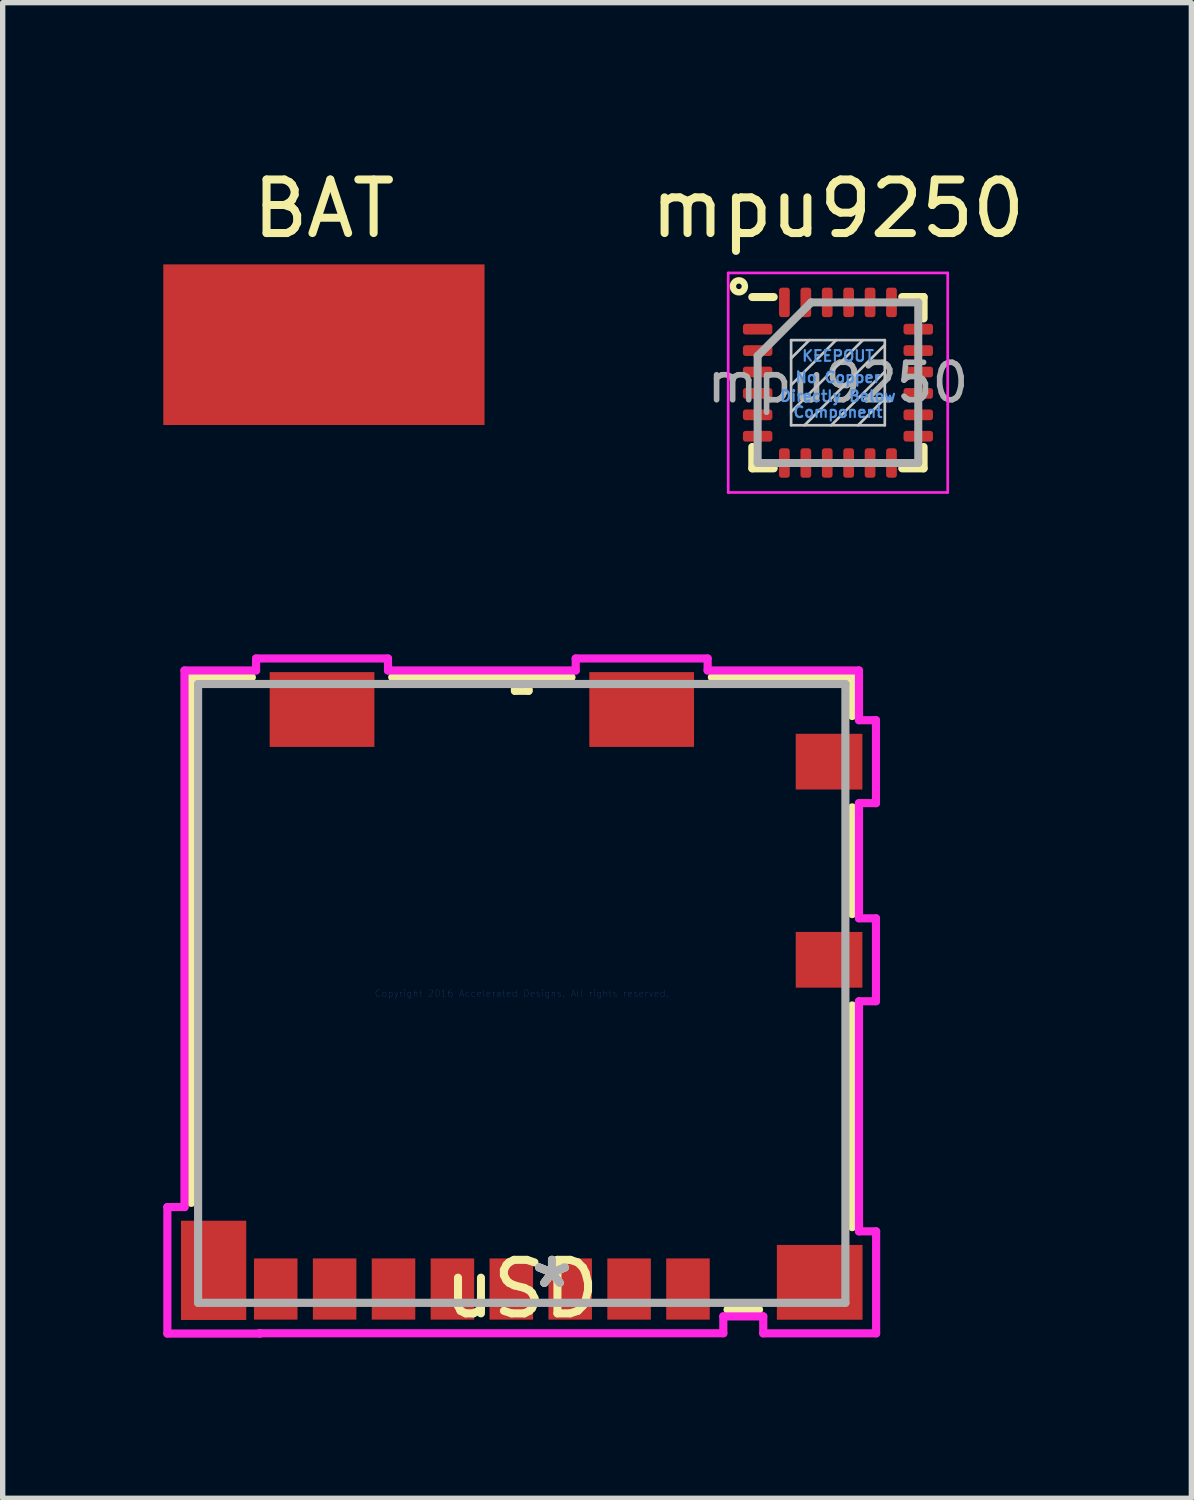
<source format=kicad_pcb>
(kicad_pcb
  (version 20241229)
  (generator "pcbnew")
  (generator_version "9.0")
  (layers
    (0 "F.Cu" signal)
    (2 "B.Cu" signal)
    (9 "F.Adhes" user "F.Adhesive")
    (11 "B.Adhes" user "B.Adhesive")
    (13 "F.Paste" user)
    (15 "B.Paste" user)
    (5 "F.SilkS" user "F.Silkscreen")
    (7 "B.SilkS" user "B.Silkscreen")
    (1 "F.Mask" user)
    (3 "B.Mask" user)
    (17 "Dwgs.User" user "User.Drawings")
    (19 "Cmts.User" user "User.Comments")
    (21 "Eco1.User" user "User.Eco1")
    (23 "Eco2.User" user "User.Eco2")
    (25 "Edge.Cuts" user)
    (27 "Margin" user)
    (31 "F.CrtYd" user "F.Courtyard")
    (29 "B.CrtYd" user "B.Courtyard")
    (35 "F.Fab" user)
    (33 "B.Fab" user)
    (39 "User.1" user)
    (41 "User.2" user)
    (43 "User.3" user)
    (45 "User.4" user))
  (footprint "uSD"
    (layer "F.Cu")
    (at 6.695 15.505)
    (property "Reference" "uSD" (at 0 5.521 0) (layer "F.SilkS") (effects (font (size 1 1) (thickness 0.15))))
    (attr smd)
    (fp_line (start -6.172 -5.905) (end -6.172 3.912) (stroke (width 0.152) (type solid)) (layer "F.SilkS"))
    (fp_line (start -5.041 -5.905) (end -6.172 -5.905) (stroke (width 0.152) (type solid)) (layer "F.SilkS"))
    (fp_line (start -0.127 -5.905) (end -0.127 -5.652) (stroke (width 0.152) (type solid)) (layer "F.SilkS"))
    (fp_line (start -0.127 -5.652) (end 0.127 -5.652) (stroke (width 0.152) (type solid)) (layer "F.SilkS"))
    (fp_line (start 0.127 -5.905) (end -0.127 -5.905) (stroke (width 0.152) (type solid)) (layer "F.SilkS"))
    (fp_line (start 0.127 -5.652) (end 0.127 -5.905) (stroke (width 0.152) (type solid)) (layer "F.SilkS"))
    (fp_line (start 0.929 -5.905) (end -2.419 -5.905) (stroke (width 0.152) (type solid)) (layer "F.SilkS"))
    (fp_line (start 3.844 5.905) (end 4.432 5.905) (stroke (width 0.152) (type solid)) (layer "F.SilkS"))
    (fp_line (start 6.172 -5.905) (end 3.551 -5.905) (stroke (width 0.152) (type solid)) (layer "F.SilkS"))
    (fp_line (start 6.172 -5.182) (end 6.172 -5.905) (stroke (width 0.152) (type solid)) (layer "F.SilkS"))
    (fp_line (start 6.172 -1.482) (end 6.172 -3.475) (stroke (width 0.152) (type solid)) (layer "F.SilkS"))
    (fp_line (start 6.172 4.365) (end 6.172 0.225) (stroke (width 0.152) (type solid)) (layer "F.SilkS"))
    (fp_line (start -6.619 3.99) (end -6.619 6.353) (stroke (width 0.152) (type solid)) (layer "F.CrtYd"))
    (fp_line (start -6.619 6.353) (end -4.891 6.353) (stroke (width 0.152) (type solid)) (layer "F.CrtYd"))
    (fp_line (start -6.299 -6.032) (end -6.299 3.99) (stroke (width 0.152) (type solid)) (layer "F.CrtYd"))
    (fp_line (start -6.299 3.99) (end -6.619 3.99) (stroke (width 0.152) (type solid)) (layer "F.CrtYd"))
    (fp_line (start -4.962 -6.256) (end -4.962 -6.032) (stroke (width 0.152) (type solid)) (layer "F.CrtYd"))
    (fp_line (start -4.962 -6.032) (end -6.299 -6.032) (stroke (width 0.152) (type solid)) (layer "F.CrtYd"))
    (fp_line (start -4.891 6.347) (end 3.765 6.347) (stroke (width 0.152) (type solid)) (layer "F.CrtYd"))
    (fp_line (start -4.891 6.353) (end -4.891 6.347) (stroke (width 0.152) (type solid)) (layer "F.CrtYd"))
    (fp_line (start -2.498 -6.256) (end -4.962 -6.256) (stroke (width 0.152) (type solid)) (layer "F.CrtYd"))
    (fp_line (start -2.498 -6.032) (end -2.498 -6.256) (stroke (width 0.152) (type solid)) (layer "F.CrtYd"))
    (fp_line (start 1.008 -6.256) (end 1.008 -6.032) (stroke (width 0.152) (type solid)) (layer "F.CrtYd"))
    (fp_line (start 1.008 -6.032) (end -2.498 -6.032) (stroke (width 0.152) (type solid)) (layer "F.CrtYd"))
    (fp_line (start 3.472 -6.256) (end 1.008 -6.256) (stroke (width 0.152) (type solid)) (layer "F.CrtYd"))
    (fp_line (start 3.472 -6.032) (end 3.472 -6.256) (stroke (width 0.152) (type solid)) (layer "F.CrtYd"))
    (fp_line (start 3.765 6.032) (end 4.511 6.032) (stroke (width 0.152) (type solid)) (layer "F.CrtYd"))
    (fp_line (start 3.765 6.347) (end 3.765 6.032) (stroke (width 0.152) (type solid)) (layer "F.CrtYd"))
    (fp_line (start 4.511 6.032) (end 4.511 6.349) (stroke (width 0.152) (type solid)) (layer "F.CrtYd"))
    (fp_line (start 4.511 6.349) (end 6.619 6.349) (stroke (width 0.152) (type solid)) (layer "F.CrtYd"))
    (fp_line (start 6.299 -6.032) (end 3.472 -6.032) (stroke (width 0.152) (type solid)) (layer "F.CrtYd"))
    (fp_line (start 6.299 -5.103) (end 6.299 -6.032) (stroke (width 0.152) (type solid)) (layer "F.CrtYd"))
    (fp_line (start 6.299 -3.554) (end 6.616 -3.554) (stroke (width 0.152) (type solid)) (layer "F.CrtYd"))
    (fp_line (start 6.299 -1.403) (end 6.299 -3.554) (stroke (width 0.152) (type solid)) (layer "F.CrtYd"))
    (fp_line (start 6.299 0.146) (end 6.616 0.146) (stroke (width 0.152) (type solid)) (layer "F.CrtYd"))
    (fp_line (start 6.299 4.444) (end 6.299 0.146) (stroke (width 0.152) (type solid)) (layer "F.CrtYd"))
    (fp_line (start 6.616 -5.103) (end 6.299 -5.103) (stroke (width 0.152) (type solid)) (layer "F.CrtYd"))
    (fp_line (start 6.616 -3.554) (end 6.616 -5.103) (stroke (width 0.152) (type solid)) (layer "F.CrtYd"))
    (fp_line (start 6.616 -1.403) (end 6.299 -1.403) (stroke (width 0.152) (type solid)) (layer "F.CrtYd"))
    (fp_line (start 6.616 0.146) (end 6.616 -1.403) (stroke (width 0.152) (type solid)) (layer "F.CrtYd"))
    (fp_line (start 6.619 4.444) (end 6.299 4.444) (stroke (width 0.152) (type solid)) (layer "F.CrtYd"))
    (fp_line (start 6.619 6.349) (end 6.619 4.444) (stroke (width 0.152) (type solid)) (layer "F.CrtYd"))
    (fp_line (start -6.045 -5.779) (end -6.045 5.779) (stroke (width 0.152) (type solid)) (layer "F.Fab"))
    (fp_line (start -6.045 5.779) (end 6.045 5.779) (stroke (width 0.152) (type solid)) (layer "F.Fab"))
    (fp_line (start 0 -5.779) (end 0 -5.779) (stroke (width 0.152) (type solid)) (layer "F.Fab"))
    (fp_line (start 0 -5.779) (end 0 -5.779) (stroke (width 0.152) (type solid)) (layer "F.Fab"))
    (fp_line (start 0 -5.779) (end 0 -5.779) (stroke (width 0.152) (type solid)) (layer "F.Fab"))
    (fp_line (start 0 -5.779) (end 0 -5.779) (stroke (width 0.152) (type solid)) (layer "F.Fab"))
    (fp_line (start 6.045 -5.779) (end -6.045 -5.779) (stroke (width 0.152) (type solid)) (layer "F.Fab"))
    (fp_line (start 6.045 5.779) (end 6.045 -5.779) (stroke (width 0.152) (type solid)) (layer "F.Fab"))
    (fp_text user "*" (at 0.565 5.521 0) (layer "F.SilkS") (effects (font (size 1 1) (thickness 0.15))))
    (fp_text user "*" (at 0.565 5.521 0) (layer "F.SilkS") (effects (font (size 1 1) (thickness 0.15))))
    (fp_text user "Copyright 2016 Accelerated Designs. All rights reserved." (at 0 0 0) (layer "Cmts.User") (effects (font (size 0.127 0.127) (thickness 0.002))))
    (fp_text user "*" (at 0.565 5.521 0) (layer "F.Fab") (effects (font (size 1 1) (thickness 0.15))))
    (fp_text user "*" (at 0.565 5.521 0) (layer "F.Fab") (effects (font (size 1 1) (thickness 0.15))))
    (pad "1" smd rect (at 3.105 5.521) (size 0.813 1.143) (layers "F.Cu" "F.Mask" "F.Paste"))
    (pad "2" smd rect (at 2.005 5.521) (size 0.813 1.143) (layers "F.Cu" "F.Mask" "F.Paste"))
    (pad "3" smd rect (at 0.905 5.521) (size 0.813 1.143) (layers "F.Cu" "F.Mask" "F.Paste"))
    (pad "4" smd rect (at -0.195 5.521) (size 0.813 1.143) (layers "F.Cu" "F.Mask" "F.Paste"))
    (pad "5" smd rect (at -1.295 5.521) (size 0.813 1.143) (layers "F.Cu" "F.Mask" "F.Paste"))
    (pad "6" smd rect (at -2.395 5.521) (size 0.813 1.143) (layers "F.Cu" "F.Mask" "F.Paste"))
    (pad "7" smd rect (at -3.495 5.521) (size 0.813 1.143) (layers "F.Cu" "F.Mask" "F.Paste"))
    (pad "8" smd rect (at -4.595 5.521) (size 0.813 1.143) (layers "F.Cu" "F.Mask" "F.Paste"))
    (pad "9" smd rect (at 5.74 -0.628) (size 1.245 1.041) (layers "F.Cu" "F.Mask" "F.Paste"))
    (pad "10" smd rect (at 5.74 -4.329) (size 1.245 1.041) (layers "F.Cu" "F.Mask" "F.Paste"))
    (pad "11" smd rect (at 5.565 5.396) (size 1.6 1.397) (layers "F.Cu" "F.Mask" "F.Paste"))
    (pad "12" smd rect (at -5.755 5.172) (size 1.219 1.854) (layers "F.Cu" "F.Mask" "F.Paste"))
    (pad "13" smd rect (at -3.73 -5.303) (size 1.956 1.397) (layers "F.Cu" "F.Mask" "F.Paste"))
    (pad "14" smd rect (at 2.24 -5.303) (size 1.956 1.397) (layers "F.Cu" "F.Mask" "F.Paste")))
  (footprint "mpu9250"
    (layer "F.Cu")
    (at 12.601 4.098)
    (property "Reference" "mpu9250" (at 0 -3.25 0) (layer "F.SilkS") (effects (font (size 1 1) (thickness 0.15))))
    (attr smd)
    (fp_line (start -1.6 -1.6) (end -1.2 -1.6) (stroke (width 0.15) (type solid)) (layer "F.SilkS"))
    (fp_line (start -1.6 1.6) (end -1.6 1.2) (stroke (width 0.15) (type solid)) (layer "F.SilkS"))
    (fp_line (start -1.6 1.6) (end -1.2 1.6) (stroke (width 0.15) (type solid)) (layer "F.SilkS"))
    (fp_line (start 1.6 -1.6) (end 1.2 -1.6) (stroke (width 0.15) (type solid)) (layer "F.SilkS"))
    (fp_line (start 1.6 -1.6) (end 1.6 -1.2) (stroke (width 0.15) (type solid)) (layer "F.SilkS"))
    (fp_line (start 1.6 1.6) (end 1.2 1.6) (stroke (width 0.15) (type solid)) (layer "F.SilkS"))
    (fp_line (start 1.6 1.6) (end 1.6 1.2) (stroke (width 0.15) (type solid)) (layer "F.SilkS"))
    (fp_circle (center -1.85 -1.8) (end -1.75 -1.75) (stroke (width 0.12) (type solid)) (fill no) (layer "F.SilkS"))
    (fp_line (start -0.875 -0.795) (end -0.875 0.795) (stroke (width 0.05) (type solid)) (layer "Dwgs.User"))
    (fp_line (start -0.875 -0.795) (end 0.875 -0.795) (stroke (width 0.05) (type solid)) (layer "Dwgs.User"))
    (fp_line (start -0.875 0.795) (end 0.875 0.795) (stroke (width 0.05) (type solid)) (layer "Dwgs.User"))
    (fp_line (start -0.535 -0.795) (end -0.875 -0.455) (stroke (width 0.05) (type solid)) (layer "Dwgs.User"))
    (fp_line (start -0.035 -0.795) (end -0.875 0.045) (stroke (width 0.05) (type solid)) (layer "Dwgs.User"))
    (fp_line (start 0.465 -0.795) (end -0.875 0.545) (stroke (width 0.05) (type solid)) (layer "Dwgs.User"))
    (fp_line (start 0.875 -0.795) (end 0.875 0.795) (stroke (width 0.05) (type solid)) (layer "Dwgs.User"))
    (fp_line (start 0.875 -0.705) (end -0.625 0.795) (stroke (width 0.05) (type solid)) (layer "Dwgs.User"))
    (fp_line (start 0.875 -0.205) (end -0.125 0.795) (stroke (width 0.05) (type solid)) (layer "Dwgs.User"))
    (fp_line (start 0.875 0.295) (end 0.375 0.795) (stroke (width 0.05) (type solid)) (layer "Dwgs.User"))
    (fp_line (start -2.05 -2.05) (end 2.05 -2.05) (stroke (width 0.05) (type solid)) (layer "F.CrtYd"))
    (fp_line (start -2.05 2.05) (end -2.05 -2.05) (stroke (width 0.05) (type solid)) (layer "F.CrtYd"))
    (fp_line (start 2.05 -2.05) (end 2.05 2.05) (stroke (width 0.05) (type solid)) (layer "F.CrtYd"))
    (fp_line (start 2.05 2.05) (end -2.05 2.05) (stroke (width 0.05) (type solid)) (layer "F.CrtYd"))
    (fp_line (start -1.5 -0.5) (end -0.5 -1.5) (stroke (width 0.15) (type solid)) (layer "F.Fab"))
    (fp_line (start -1.5 1.5) (end -1.5 -0.5) (stroke (width 0.15) (type solid)) (layer "F.Fab"))
    (fp_line (start -0.5 -1.5) (end 1.5 -1.5) (stroke (width 0.15) (type solid)) (layer "F.Fab"))
    (fp_line (start 1.5 -1.5) (end 1.5 1.5) (stroke (width 0.15) (type solid)) (layer "F.Fab"))
    (fp_line (start 1.5 1.5) (end -1.5 1.5) (stroke (width 0.15) (type solid)) (layer "F.Fab"))
    (fp_text user "Directly Below" (at 0 0.25 0) (layer "Cmts.User") (effects (font (size 0.2 0.2) (thickness 0.04))))
    (fp_text user "KEEPOUT" (at 0 -0.5 0) (layer "Cmts.User") (effects (font (size 0.2 0.2) (thickness 0.04))))
    (fp_text user "Component" (at 0 0.55 0) (layer "Cmts.User") (effects (font (size 0.2 0.2) (thickness 0.04))))
    (fp_text user "No Copper" (at 0 -0.1 0) (layer "Cmts.User") (effects (font (size 0.2 0.2) (thickness 0.04))))
    (fp_text user "${REFERENCE}" (at 0 0 0) (layer "F.Fab") (effects (font (size 0.7 0.7) (thickness 0.105))))
    (pad "1" smd roundrect (at -1.5 -1) (size 0.55 0.2) (layers "F.Cu" "F.Mask" "F.Paste") (roundrect_rratio 0.25))
    (pad "2" smd roundrect (at -1.5 -0.6) (size 0.55 0.2) (layers "F.Cu" "F.Mask" "F.Paste") (roundrect_rratio 0.25))
    (pad "3" smd roundrect (at -1.5 -0.2) (size 0.55 0.2) (layers "F.Cu" "F.Mask" "F.Paste") (roundrect_rratio 0.25))
    (pad "4" smd roundrect (at -1.5 0.2) (size 0.55 0.2) (layers "F.Cu" "F.Mask" "F.Paste") (roundrect_rratio 0.25))
    (pad "5" smd roundrect (at -1.5 0.6) (size 0.55 0.2) (layers "F.Cu" "F.Mask" "F.Paste") (roundrect_rratio 0.25))
    (pad "6" smd roundrect (at -1.5 1) (size 0.55 0.2) (layers "F.Cu" "F.Mask" "F.Paste") (roundrect_rratio 0.25))
    (pad "7" smd roundrect (at -1 1.5 90) (size 0.55 0.2) (layers "F.Cu" "F.Mask" "F.Paste") (roundrect_rratio 0.25))
    (pad "8" smd roundrect (at -0.6 1.5 90) (size 0.55 0.2) (layers "F.Cu" "F.Mask" "F.Paste") (roundrect_rratio 0.25))
    (pad "9" smd roundrect (at -0.2 1.5 90) (size 0.55 0.2) (layers "F.Cu" "F.Mask" "F.Paste") (roundrect_rratio 0.25))
    (pad "10" smd roundrect (at 0.2 1.5 90) (size 0.55 0.2) (layers "F.Cu" "F.Mask" "F.Paste") (roundrect_rratio 0.25))
    (pad "11" smd roundrect (at 0.6 1.5 90) (size 0.55 0.2) (layers "F.Cu" "F.Mask" "F.Paste") (roundrect_rratio 0.25))
    (pad "12" smd roundrect (at 1 1.5 90) (size 0.55 0.2) (layers "F.Cu" "F.Mask" "F.Paste") (roundrect_rratio 0.25))
    (pad "13" smd roundrect (at 1.5 1) (size 0.55 0.2) (layers "F.Cu" "F.Mask" "F.Paste") (roundrect_rratio 0.25))
    (pad "14" smd roundrect (at 1.5 0.6) (size 0.55 0.2) (layers "F.Cu" "F.Mask" "F.Paste") (roundrect_rratio 0.25))
    (pad "15" smd roundrect (at 1.5 0.2) (size 0.55 0.2) (layers "F.Cu" "F.Mask" "F.Paste") (roundrect_rratio 0.25))
    (pad "16" smd roundrect (at 1.5 -0.2) (size 0.55 0.2) (layers "F.Cu" "F.Mask" "F.Paste") (roundrect_rratio 0.25))
    (pad "17" smd roundrect (at 1.5 -0.6) (size 0.55 0.2) (layers "F.Cu" "F.Mask" "F.Paste") (roundrect_rratio 0.25))
    (pad "18" smd roundrect (at 1.5 -1) (size 0.55 0.2) (layers "F.Cu" "F.Mask" "F.Paste") (roundrect_rratio 0.25))
    (pad "19" smd roundrect (at 1 -1.5 90) (size 0.55 0.2) (layers "F.Cu" "F.Mask" "F.Paste") (roundrect_rratio 0.25))
    (pad "20" smd roundrect (at 0.6 -1.5 90) (size 0.55 0.2) (layers "F.Cu" "F.Mask" "F.Paste") (roundrect_rratio 0.25))
    (pad "21" smd roundrect (at 0.2 -1.5 90) (size 0.55 0.2) (layers "F.Cu" "F.Mask" "F.Paste") (roundrect_rratio 0.25))
    (pad "22" smd roundrect (at -0.2 -1.5 90) (size 0.55 0.2) (layers "F.Cu" "F.Mask" "F.Paste") (roundrect_rratio 0.25))
    (pad "23" smd roundrect (at -0.6 -1.5 90) (size 0.55 0.2) (layers "F.Cu" "F.Mask" "F.Paste") (roundrect_rratio 0.25))
    (pad "24" smd roundrect (at -1 -1.5 90) (size 0.55 0.2) (layers "F.Cu" "F.Mask" "F.Paste") (roundrect_rratio 0.25)))
  (footprint "BAT"
    (layer "F.Cu")
    (at 3 3.388)
    (property "Reference" "BAT" (at 0 -2.54 0) (layer "F.SilkS") (effects (font (size 1 1) (thickness 0.15))))
    (attr through_hole)
    (pad "1" smd rect (at 0 0) (size 6 3) (layers "F.Cu" "F.Mask" "F.Paste")))
  (gr_rect
    (start -3 -3)
    (end 19.202 24.934)
    (stroke (width 0.1) (type default))
    (fill no)
    (layer "Edge.Cuts")))
</source>
